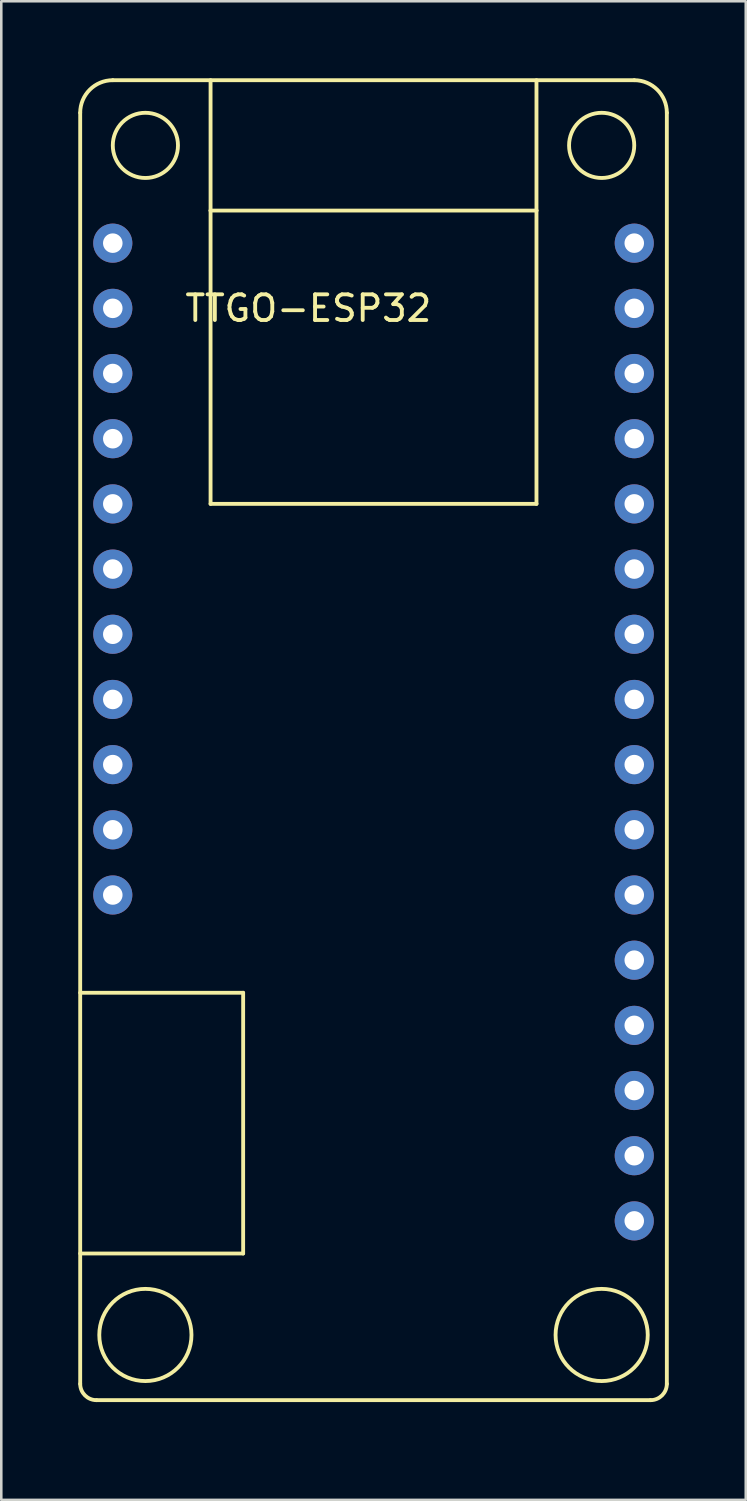
<source format=kicad_pcb>
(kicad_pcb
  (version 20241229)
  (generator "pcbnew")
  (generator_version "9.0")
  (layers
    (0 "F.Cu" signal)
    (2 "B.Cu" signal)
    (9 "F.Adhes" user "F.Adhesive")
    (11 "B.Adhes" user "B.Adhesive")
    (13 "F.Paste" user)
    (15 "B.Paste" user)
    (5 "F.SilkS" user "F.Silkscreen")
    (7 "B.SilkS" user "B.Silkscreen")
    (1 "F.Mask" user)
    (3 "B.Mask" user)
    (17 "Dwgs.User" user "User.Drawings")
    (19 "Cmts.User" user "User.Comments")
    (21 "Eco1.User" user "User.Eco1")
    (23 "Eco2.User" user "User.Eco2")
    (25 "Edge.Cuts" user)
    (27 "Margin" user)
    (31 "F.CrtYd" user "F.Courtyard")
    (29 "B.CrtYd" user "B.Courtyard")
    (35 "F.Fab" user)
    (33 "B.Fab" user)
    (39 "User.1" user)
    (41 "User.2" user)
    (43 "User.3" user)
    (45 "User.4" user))
  (footprint "TTGO-ESP32"
    (layer "F.Cu")
    (at 1.345 52.145)
    (property "Reference" "TTGO-ESP32" (at 7.62 -43.18 0) (layer "F.SilkS") (effects (font (size 1 1) (thickness 0.15))))
    (attr through_hole)
    (fp_line (start -1.27 -50.8) (end -1.27 -1.27) (stroke (width 0.15) (type solid)) (layer "F.SilkS"))
    (fp_line (start -1.27 -16.51) (end 5.08 -16.51) (stroke (width 0.15) (type solid)) (layer "F.SilkS"))
    (fp_line (start -0.635 -0.635) (end 20.955 -0.635) (stroke (width 0.15) (type solid)) (layer "F.SilkS"))
    (fp_line (start 0 -52.07) (end 20.32 -52.07) (stroke (width 0.15) (type solid)) (layer "F.SilkS"))
    (fp_line (start 3.81 -52.07) (end 3.81 -46.99) (stroke (width 0.15) (type solid)) (layer "F.SilkS"))
    (fp_line (start 3.81 -46.99) (end 3.81 -35.56) (stroke (width 0.15) (type solid)) (layer "F.SilkS"))
    (fp_line (start 3.81 -46.99) (end 16.51 -46.99) (stroke (width 0.15) (type solid)) (layer "F.SilkS"))
    (fp_line (start 3.81 -35.56) (end 16.51 -35.56) (stroke (width 0.15) (type solid)) (layer "F.SilkS"))
    (fp_line (start 5.08 -16.51) (end 5.08 -6.35) (stroke (width 0.15) (type solid)) (layer "F.SilkS"))
    (fp_line (start 5.08 -6.35) (end -1.27 -6.35) (stroke (width 0.15) (type solid)) (layer "F.SilkS"))
    (fp_line (start 16.51 -46.99) (end 16.51 -52.07) (stroke (width 0.15) (type solid)) (layer "F.SilkS"))
    (fp_line (start 16.51 -35.56) (end 16.51 -46.99) (stroke (width 0.15) (type solid)) (layer "F.SilkS"))
    (fp_line (start 21.59 -1.27) (end 21.59 -50.8) (stroke (width 0.15) (type solid)) (layer "F.SilkS"))
    (fp_arc (start -1.27 -50.8) (mid -0.898026 -51.698026) (end 0 -52.07) (stroke (width 0.15) (type solid)) (layer "F.SilkS"))
    (fp_arc (start -0.635 -0.635) (mid -1.084013 -0.820987) (end -1.27 -1.27) (stroke (width 0.15) (type solid)) (layer "F.SilkS"))
    (fp_arc (start 20.32 -52.07) (mid 21.218026 -51.698026) (end 21.59 -50.8) (stroke (width 0.15) (type solid)) (layer "F.SilkS"))
    (fp_arc (start 21.59 -1.27) (mid 21.404013 -0.820987) (end 20.955 -0.635) (stroke (width 0.15) (type solid)) (layer "F.SilkS"))
    (fp_circle (center 1.27 -49.53) (end 2.54 -49.53) (stroke (width 0.15) (type solid)) (fill no) (layer "F.SilkS"))
    (fp_circle (center 1.27 -3.175) (end 2.54 -4.445) (stroke (width 0.15) (type solid)) (fill no) (layer "F.SilkS"))
    (fp_circle (center 19.05 -49.53) (end 20.32 -49.53) (stroke (width 0.15) (type solid)) (fill no) (layer "F.SilkS"))
    (fp_circle (center 19.05 -3.175) (end 20.32 -4.445) (stroke (width 0.15) (type solid)) (fill no) (layer "F.SilkS"))
    (pad "1" thru_hole circle (at 20.32 -7.62) (size 1.524 1.524) (drill 0.762) (layers "*.Cu" "*.Mask"))
    (pad "2" thru_hole circle (at 20.32 -10.16) (size 1.524 1.524) (drill 0.762) (layers "*.Cu" "*.Mask"))
    (pad "3" thru_hole circle (at 20.32 -12.7) (size 1.524 1.524) (drill 0.762) (layers "*.Cu" "*.Mask"))
    (pad "4" thru_hole circle (at 20.32 -15.24) (size 1.524 1.524) (drill 0.762) (layers "*.Cu" "*.Mask"))
    (pad "5" thru_hole circle (at 20.32 -17.78) (size 1.524 1.524) (drill 0.762) (layers "*.Cu" "*.Mask"))
    (pad "6" thru_hole circle (at 20.32 -20.32) (size 1.524 1.524) (drill 0.762) (layers "*.Cu" "*.Mask"))
    (pad "7" thru_hole circle (at 20.32 -22.86) (size 1.524 1.524) (drill 0.762) (layers "*.Cu" "*.Mask"))
    (pad "8" thru_hole circle (at 20.32 -25.4) (size 1.524 1.524) (drill 0.762) (layers "*.Cu" "*.Mask"))
    (pad "9" thru_hole circle (at 20.32 -27.94) (size 1.524 1.524) (drill 0.762) (layers "*.Cu" "*.Mask"))
    (pad "10" thru_hole circle (at 20.32 -30.48) (size 1.524 1.524) (drill 0.762) (layers "*.Cu" "*.Mask"))
    (pad "11" thru_hole circle (at 20.32 -33.02) (size 1.524 1.524) (drill 0.762) (layers "*.Cu" "*.Mask"))
    (pad "12" thru_hole circle (at 20.32 -35.56) (size 1.524 1.524) (drill 0.762) (layers "*.Cu" "*.Mask"))
    (pad "13" thru_hole circle (at 20.32 -38.1) (size 1.524 1.524) (drill 0.762) (layers "*.Cu" "*.Mask"))
    (pad "14" thru_hole circle (at 20.32 -40.64) (size 1.524 1.524) (drill 0.762) (layers "*.Cu" "*.Mask"))
    (pad "15" thru_hole circle (at 20.32 -43.18) (size 1.524 1.524) (drill 0.762) (layers "*.Cu" "*.Mask"))
    (pad "16" thru_hole circle (at 20.32 -45.72) (size 1.524 1.524) (drill 0.762) (layers "*.Cu" "*.Mask"))
    (pad "17" thru_hole circle (at 0 -45.72) (size 1.524 1.524) (drill 0.762) (layers "*.Cu" "*.Mask"))
    (pad "18" thru_hole circle (at 0 -43.18) (size 1.524 1.524) (drill 0.762) (layers "*.Cu" "*.Mask"))
    (pad "19" thru_hole circle (at 0 -40.64) (size 1.524 1.524) (drill 0.762) (layers "*.Cu" "*.Mask"))
    (pad "20" thru_hole circle (at 0 -38.1) (size 1.524 1.524) (drill 0.762) (layers "*.Cu" "*.Mask"))
    (pad "21" thru_hole circle (at 0 -35.56) (size 1.524 1.524) (drill 0.762) (layers "*.Cu" "*.Mask"))
    (pad "22" thru_hole circle (at 0 -33.02) (size 1.524 1.524) (drill 0.762) (layers "*.Cu" "*.Mask"))
    (pad "23" thru_hole circle (at 0 -30.48) (size 1.524 1.524) (drill 0.762) (layers "*.Cu" "*.Mask"))
    (pad "24" thru_hole circle (at 0 -27.94) (size 1.524 1.524) (drill 0.762) (layers "*.Cu" "*.Mask"))
    (pad "25" thru_hole circle (at 0 -25.4) (size 1.524 1.524) (drill 0.762) (layers "*.Cu" "*.Mask"))
    (pad "26" thru_hole circle (at 0 -22.86) (size 1.524 1.524) (drill 0.762) (layers "*.Cu" "*.Mask"))
    (pad "27" thru_hole circle (at 0 -20.32) (size 1.524 1.524) (drill 0.762) (layers "*.Cu" "*.Mask")))
  (gr_rect
    (start -3 -3)
    (end 26.01 55.395)
    (stroke (width 0.1) (type default))
    (fill no)
    (layer "Edge.Cuts")))
</source>
